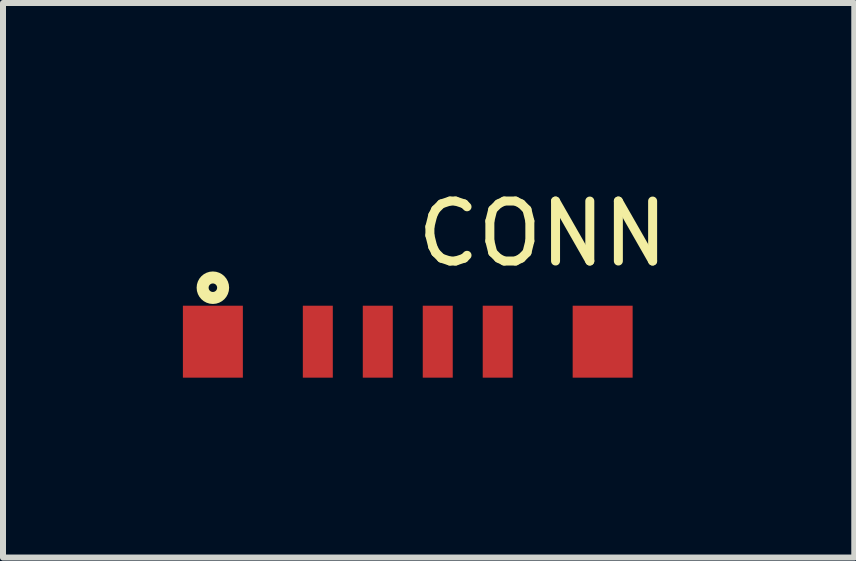
<source format=kicad_pcb>
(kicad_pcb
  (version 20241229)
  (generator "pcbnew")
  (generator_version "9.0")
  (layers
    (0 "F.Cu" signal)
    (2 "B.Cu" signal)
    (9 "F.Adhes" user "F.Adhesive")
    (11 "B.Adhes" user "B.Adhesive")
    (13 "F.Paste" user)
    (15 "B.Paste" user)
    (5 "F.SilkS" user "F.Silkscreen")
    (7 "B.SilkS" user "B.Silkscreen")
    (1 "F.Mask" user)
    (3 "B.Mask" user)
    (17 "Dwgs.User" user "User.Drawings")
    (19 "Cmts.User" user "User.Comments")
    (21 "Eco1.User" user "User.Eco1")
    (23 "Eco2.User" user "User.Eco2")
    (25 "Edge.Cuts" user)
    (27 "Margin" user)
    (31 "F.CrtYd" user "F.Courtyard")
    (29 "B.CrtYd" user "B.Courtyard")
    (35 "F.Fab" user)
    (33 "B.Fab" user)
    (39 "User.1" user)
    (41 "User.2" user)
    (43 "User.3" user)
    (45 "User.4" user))
  (footprint "CONN"
    (layer "F.Cu")
    (at 3.75 2.598)
    (property "Reference" "CONN" (at 2.25 -1.75 0) (layer "F.SilkS") (effects (font (size 1 1) (thickness 0.15))))
    (attr through_hole)
    (fp_circle (center -3.25 -0.85) (end -3.179 -0.85) (stroke (width 0.2) (type solid)) (fill no) (layer "F.SilkS"))
    (pad "1" smd rect (at -3.25 0.05) (size 1 1.2) (layers "F.Cu" "F.Mask"))
    (pad "2" smd rect (at -1.5 0.05) (size 0.5 1.2) (layers "F.Cu" "F.Mask"))
    (pad "3" smd rect (at -0.5 0.05) (size 0.5 1.2) (layers "F.Cu" "F.Mask"))
    (pad "4" smd rect (at 0.5 0.05) (size 0.5 1.2) (layers "F.Cu" "F.Mask"))
    (pad "5" smd rect (at 1.5 0.05) (size 0.5 1.2) (layers "F.Cu" "F.Mask"))
    (pad "6" smd rect (at 3.25 0.05) (size 1 1.2) (layers "F.Cu" "F.Mask")))
  (gr_rect
    (start -3 -3)
    (end 11.196 6.248)
    (stroke (width 0.1) (type default))
    (fill no)
    (layer "Edge.Cuts")))
</source>
